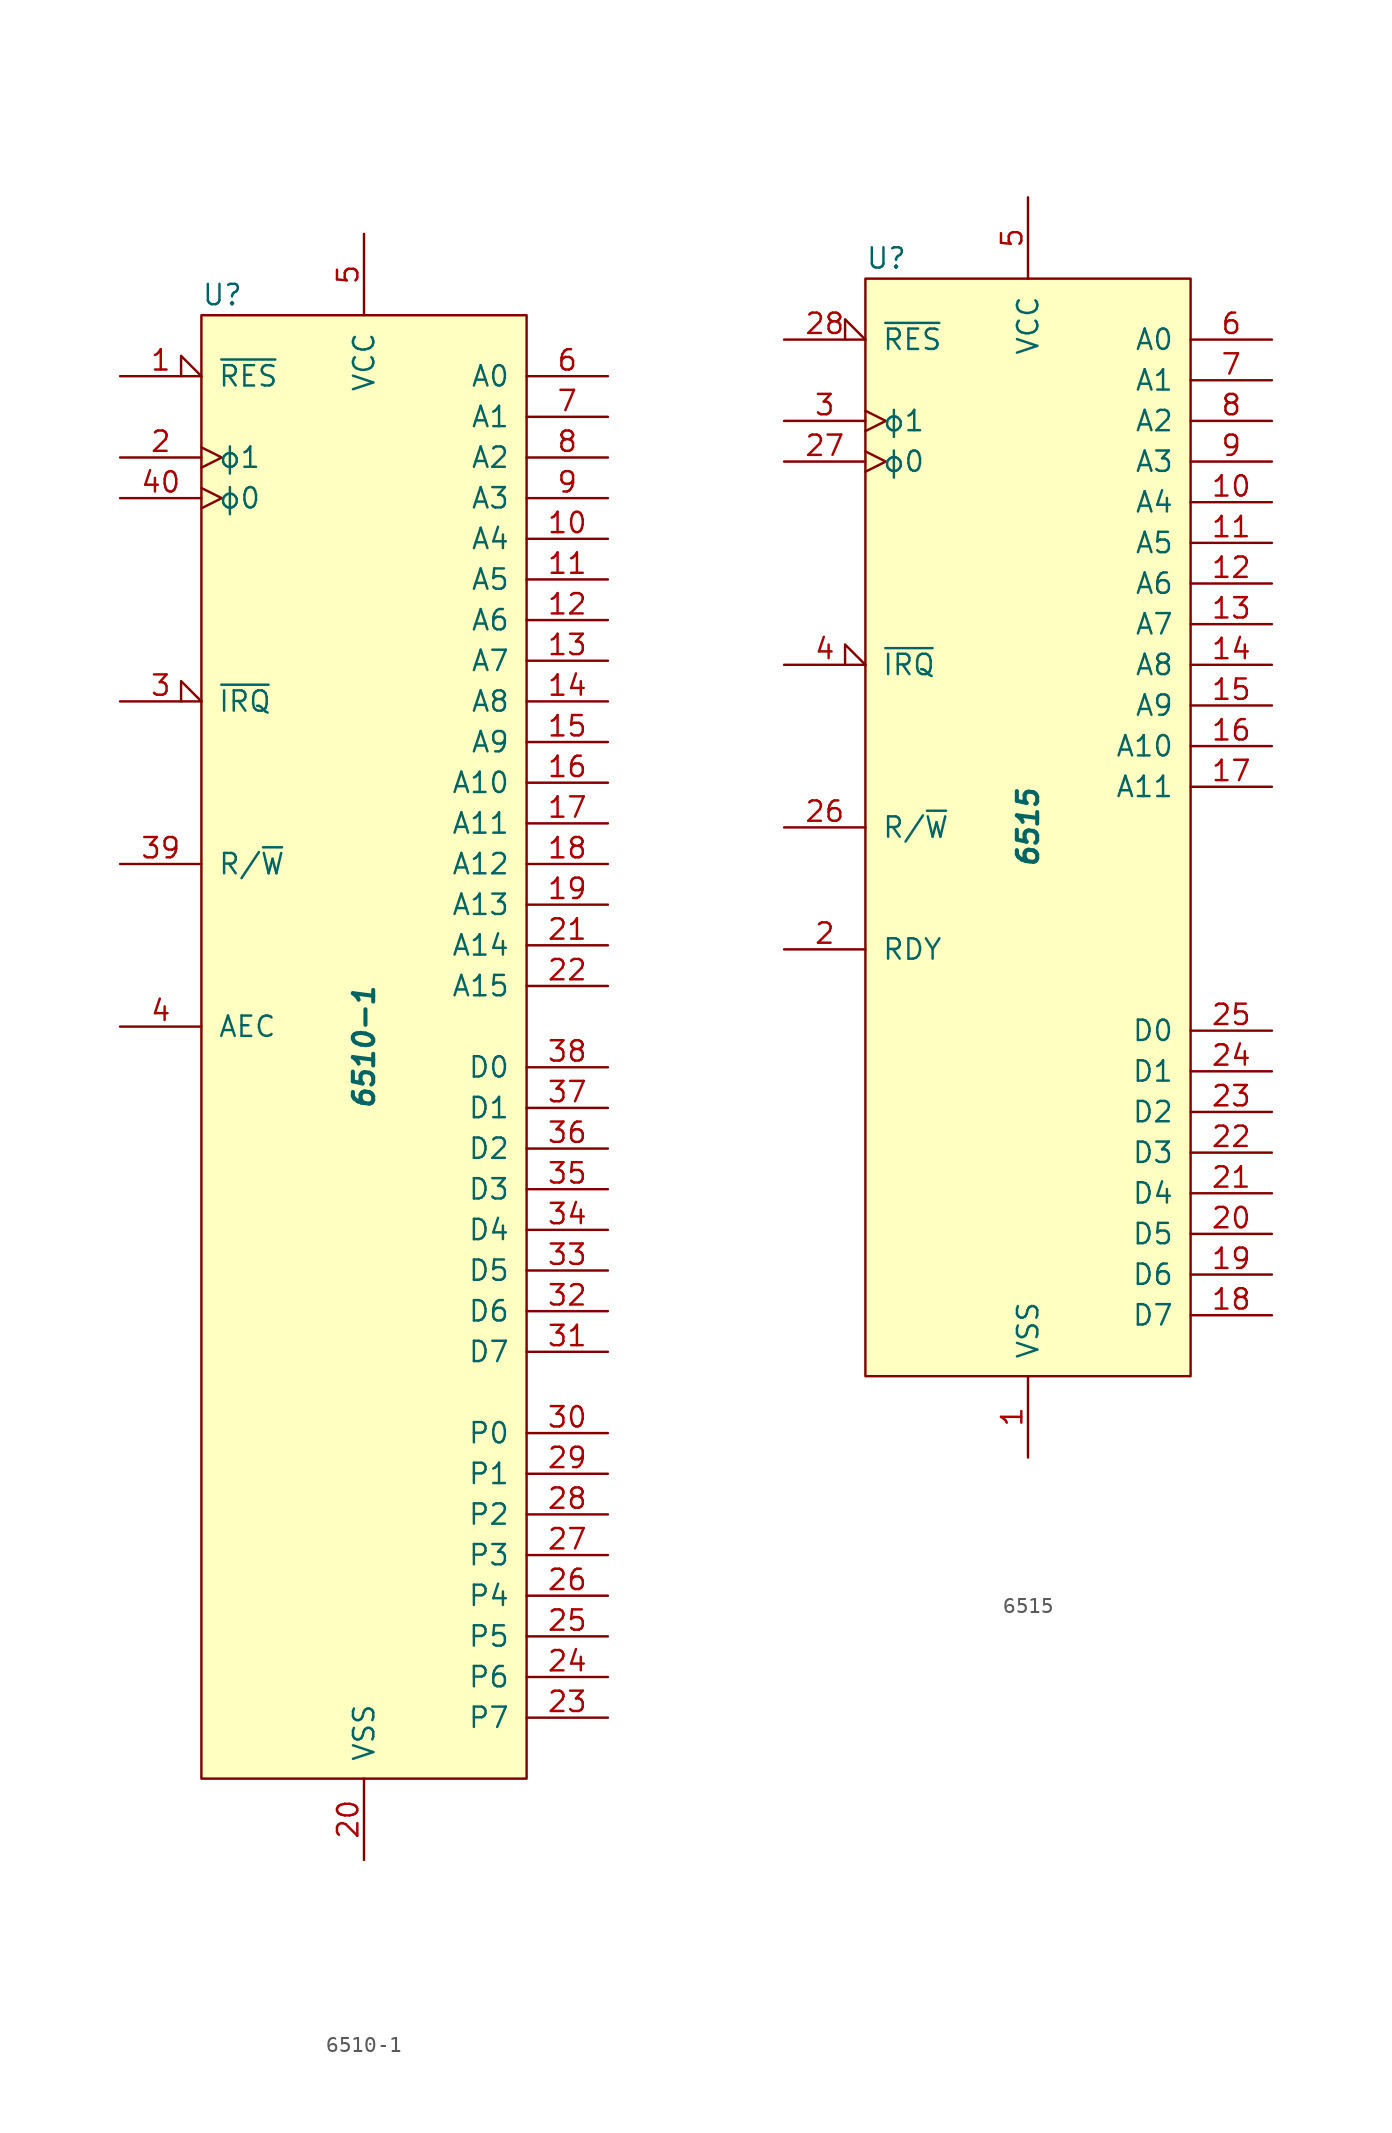
<source format=kicad_sym>
(kicad_symbol_lib
  (version 20201005)
  (generator kicad_symbol_editor)
  (symbol "6510-1"
    (pin_names
      (offset 1.016))
    (property "Reference" "U"
      (at -10.16 46.99 0)
      (effects (font (size 1.27 1.27)) (justify left)))
    (property "Value" "6510-1"
      (at 0 0 90)
      (effects (font (size 1.27 1.27) bold italic)))
    (symbol "6510-1_0_1"
      (rectangle (start -10.16 45.72) (end 10.16 -45.72) (stroke (width 0)) (fill (type background))))
    (symbol "6510-1_1_1"
      (pin input input_low (at -15.24 41.91 0) (length 5.08) (name "~RES" (effects (font (size 1.27 1.27)))) (number "1" (effects (font (size 1.27 1.27)))))
      (pin tri_state line (at 15.24 31.75 180) (length 5.08) (name "A4" (effects (font (size 1.27 1.27)))) (number "10" (effects (font (size 1.27 1.27)))))
      (pin tri_state line (at 15.24 29.21 180) (length 5.08) (name "A5" (effects (font (size 1.27 1.27)))) (number "11" (effects (font (size 1.27 1.27)))))
      (pin tri_state line (at 15.24 26.67 180) (length 5.08) (name "A6" (effects (font (size 1.27 1.27)))) (number "12" (effects (font (size 1.27 1.27)))))
      (pin tri_state line (at 15.24 24.13 180) (length 5.08) (name "A7" (effects (font (size 1.27 1.27)))) (number "13" (effects (font (size 1.27 1.27)))))
      (pin tri_state line (at 15.24 21.59 180) (length 5.08) (name "A8" (effects (font (size 1.27 1.27)))) (number "14" (effects (font (size 1.27 1.27)))))
      (pin tri_state line (at 15.24 19.05 180) (length 5.08) (name "A9" (effects (font (size 1.27 1.27)))) (number "15" (effects (font (size 1.27 1.27)))))
      (pin tri_state line (at 15.24 16.51 180) (length 5.08) (name "A10" (effects (font (size 1.27 1.27)))) (number "16" (effects (font (size 1.27 1.27)))))
      (pin tri_state line (at 15.24 13.97 180) (length 5.08) (name "A11" (effects (font (size 1.27 1.27)))) (number "17" (effects (font (size 1.27 1.27)))))
      (pin tri_state line (at 15.24 11.43 180) (length 5.08) (name "A12" (effects (font (size 1.27 1.27)))) (number "18" (effects (font (size 1.27 1.27)))))
      (pin tri_state line (at 15.24 8.89 180) (length 5.08) (name "A13" (effects (font (size 1.27 1.27)))) (number "19" (effects (font (size 1.27 1.27)))))
      (pin input clock (at -15.24 36.83 0) (length 5.08) (name "ϕ1" (effects (font (size 1.27 1.27)))) (number "2" (effects (font (size 1.27 1.27)))))
      (pin power_in line (at 0 -50.8 90) (length 5.08) (name "VSS" (effects (font (size 1.27 1.27)))) (number "20" (effects (font (size 1.27 1.27)))))
      (pin tri_state line (at 15.24 6.35 180) (length 5.08) (name "A14" (effects (font (size 1.27 1.27)))) (number "21" (effects (font (size 1.27 1.27)))))
      (pin tri_state line (at 15.24 3.81 180) (length 5.08) (name "A15" (effects (font (size 1.27 1.27)))) (number "22" (effects (font (size 1.27 1.27)))))
      (pin bidirectional line (at 15.24 -41.91 180) (length 5.08) (name "P7" (effects (font (size 1.27 1.27)))) (number "23" (effects (font (size 1.27 1.27)))))
      (pin bidirectional line (at 15.24 -39.37 180) (length 5.08) (name "P6" (effects (font (size 1.27 1.27)))) (number "24" (effects (font (size 1.27 1.27)))))
      (pin bidirectional line (at 15.24 -36.83 180) (length 5.08) (name "P5" (effects (font (size 1.27 1.27)))) (number "25" (effects (font (size 1.27 1.27)))))
      (pin bidirectional line (at 15.24 -34.29 180) (length 5.08) (name "P4" (effects (font (size 1.27 1.27)))) (number "26" (effects (font (size 1.27 1.27)))))
      (pin bidirectional line (at 15.24 -31.75 180) (length 5.08) (name "P3" (effects (font (size 1.27 1.27)))) (number "27" (effects (font (size 1.27 1.27)))))
      (pin bidirectional line (at 15.24 -29.21 180) (length 5.08) (name "P2" (effects (font (size 1.27 1.27)))) (number "28" (effects (font (size 1.27 1.27)))))
      (pin bidirectional line (at 15.24 -26.67 180) (length 5.08) (name "P1" (effects (font (size 1.27 1.27)))) (number "29" (effects (font (size 1.27 1.27)))))
      (pin input input_low (at -15.24 21.59 0) (length 5.08) (name "~IRQ" (effects (font (size 1.27 1.27)))) (number "3" (effects (font (size 1.27 1.27)))))
      (pin bidirectional line (at 15.24 -24.13 180) (length 5.08) (name "P0" (effects (font (size 1.27 1.27)))) (number "30" (effects (font (size 1.27 1.27)))))
      (pin bidirectional line (at 15.24 -19.05 180) (length 5.08) (name "D7" (effects (font (size 1.27 1.27)))) (number "31" (effects (font (size 1.27 1.27)))))
      (pin bidirectional line (at 15.24 -16.51 180) (length 5.08) (name "D6" (effects (font (size 1.27 1.27)))) (number "32" (effects (font (size 1.27 1.27)))))
      (pin bidirectional line (at 15.24 -13.97 180) (length 5.08) (name "D5" (effects (font (size 1.27 1.27)))) (number "33" (effects (font (size 1.27 1.27)))))
      (pin bidirectional line (at 15.24 -11.43 180) (length 5.08) (name "D4" (effects (font (size 1.27 1.27)))) (number "34" (effects (font (size 1.27 1.27)))))
      (pin bidirectional line (at 15.24 -8.89 180) (length 5.08) (name "D3" (effects (font (size 1.27 1.27)))) (number "35" (effects (font (size 1.27 1.27)))))
      (pin bidirectional line (at 15.24 -6.35 180) (length 5.08) (name "D2" (effects (font (size 1.27 1.27)))) (number "36" (effects (font (size 1.27 1.27)))))
      (pin bidirectional line (at 15.24 -3.81 180) (length 5.08) (name "D1" (effects (font (size 1.27 1.27)))) (number "37" (effects (font (size 1.27 1.27)))))
      (pin bidirectional line (at 15.24 -1.27 180) (length 5.08) (name "D0" (effects (font (size 1.27 1.27)))) (number "38" (effects (font (size 1.27 1.27)))))
      (pin tri_state line (at -15.24 11.43 0) (length 5.08) (name "R/~W" (effects (font (size 1.27 1.27)))) (number "39" (effects (font (size 1.27 1.27)))))
      (pin input line (at -15.24 1.27 0) (length 5.08) (name "AEC" (effects (font (size 1.27 1.27)))) (number "4" (effects (font (size 1.27 1.27)))))
      (pin input clock (at -15.24 34.29 0) (length 5.08) (name "ϕ0" (effects (font (size 1.27 1.27)))) (number "40" (effects (font (size 1.27 1.27)))))
      (pin power_in line (at 0 50.8 270) (length 5.08) (name "VCC" (effects (font (size 1.27 1.27)))) (number "5" (effects (font (size 1.27 1.27)))))
      (pin tri_state line (at 15.24 41.91 180) (length 5.08) (name "A0" (effects (font (size 1.27 1.27)))) (number "6" (effects (font (size 1.27 1.27)))))
      (pin tri_state line (at 15.24 39.37 180) (length 5.08) (name "A1" (effects (font (size 1.27 1.27)))) (number "7" (effects (font (size 1.27 1.27)))))
      (pin tri_state line (at 15.24 36.83 180) (length 5.08) (name "A2" (effects (font (size 1.27 1.27)))) (number "8" (effects (font (size 1.27 1.27)))))
      (pin tri_state line (at 15.24 34.29 180) (length 5.08) (name "A3" (effects (font (size 1.27 1.27)))) (number "9" (effects (font (size 1.27 1.27)))))))
  (symbol "6515"
    (pin_names
      (offset 1.016))
    (property "Reference" "U"
      (at -10.16 35.56 0)
      (effects (font (size 1.27 1.27)) (justify left)))
    (property "Value" "6515"
      (at 0 0 90)
      (effects (font (size 1.27 1.27) bold italic)))
    (symbol "6515_0_1"
      (rectangle (start -10.16 34.29) (end 10.16 -34.29) (stroke (width 0)) (fill (type background))))
    (symbol "6515_1_1"
      (pin power_in line (at 0 -39.37 90) (length 5.08) (name "VSS" (effects (font (size 1.27 1.27)))) (number "1" (effects (font (size 1.27 1.27)))))
      (pin output line (at 15.24 20.32 180) (length 5.08) (name "A4" (effects (font (size 1.27 1.27)))) (number "10" (effects (font (size 1.27 1.27)))))
      (pin output line (at 15.24 17.78 180) (length 5.08) (name "A5" (effects (font (size 1.27 1.27)))) (number "11" (effects (font (size 1.27 1.27)))))
      (pin output line (at 15.24 15.24 180) (length 5.08) (name "A6" (effects (font (size 1.27 1.27)))) (number "12" (effects (font (size 1.27 1.27)))))
      (pin output line (at 15.24 12.7 180) (length 5.08) (name "A7" (effects (font (size 1.27 1.27)))) (number "13" (effects (font (size 1.27 1.27)))))
      (pin output line (at 15.24 10.16 180) (length 5.08) (name "A8" (effects (font (size 1.27 1.27)))) (number "14" (effects (font (size 1.27 1.27)))))
      (pin output line (at 15.24 7.62 180) (length 5.08) (name "A9" (effects (font (size 1.27 1.27)))) (number "15" (effects (font (size 1.27 1.27)))))
      (pin output line (at 15.24 5.08 180) (length 5.08) (name "A10" (effects (font (size 1.27 1.27)))) (number "16" (effects (font (size 1.27 1.27)))))
      (pin output line (at 15.24 2.54 180) (length 5.08) (name "A11" (effects (font (size 1.27 1.27)))) (number "17" (effects (font (size 1.27 1.27)))))
      (pin bidirectional line (at 15.24 -30.48 180) (length 5.08) (name "D7" (effects (font (size 1.27 1.27)))) (number "18" (effects (font (size 1.27 1.27)))))
      (pin bidirectional line (at 15.24 -27.94 180) (length 5.08) (name "D6" (effects (font (size 1.27 1.27)))) (number "19" (effects (font (size 1.27 1.27)))))
      (pin input line (at -15.24 -7.62 0) (length 5.08) (name "RDY" (effects (font (size 1.27 1.27)))) (number "2" (effects (font (size 1.27 1.27)))))
      (pin bidirectional line (at 15.24 -25.4 180) (length 5.08) (name "D5" (effects (font (size 1.27 1.27)))) (number "20" (effects (font (size 1.27 1.27)))))
      (pin bidirectional line (at 15.24 -22.86 180) (length 5.08) (name "D4" (effects (font (size 1.27 1.27)))) (number "21" (effects (font (size 1.27 1.27)))))
      (pin bidirectional line (at 15.24 -20.32 180) (length 5.08) (name "D3" (effects (font (size 1.27 1.27)))) (number "22" (effects (font (size 1.27 1.27)))))
      (pin bidirectional line (at 15.24 -17.78 180) (length 5.08) (name "D2" (effects (font (size 1.27 1.27)))) (number "23" (effects (font (size 1.27 1.27)))))
      (pin bidirectional line (at 15.24 -15.24 180) (length 5.08) (name "D1" (effects (font (size 1.27 1.27)))) (number "24" (effects (font (size 1.27 1.27)))))
      (pin bidirectional line (at 15.24 -12.7 180) (length 5.08) (name "D0" (effects (font (size 1.27 1.27)))) (number "25" (effects (font (size 1.27 1.27)))))
      (pin output line (at -15.24 0 0) (length 5.08) (name "R/~W" (effects (font (size 1.27 1.27)))) (number "26" (effects (font (size 1.27 1.27)))))
      (pin input clock (at -15.24 22.86 0) (length 5.08) (name "ϕ0" (effects (font (size 1.27 1.27)))) (number "27" (effects (font (size 1.27 1.27)))))
      (pin input input_low (at -15.24 30.48 0) (length 5.08) (name "~RES" (effects (font (size 1.27 1.27)))) (number "28" (effects (font (size 1.27 1.27)))))
      (pin input clock (at -15.24 25.4 0) (length 5.08) (name "ϕ1" (effects (font (size 1.27 1.27)))) (number "3" (effects (font (size 1.27 1.27)))))
      (pin input input_low (at -15.24 10.16 0) (length 5.08) (name "~IRQ" (effects (font (size 1.27 1.27)))) (number "4" (effects (font (size 1.27 1.27)))))
      (pin power_in line (at 0 39.37 270) (length 5.08) (name "VCC" (effects (font (size 1.27 1.27)))) (number "5" (effects (font (size 1.27 1.27)))))
      (pin output line (at 15.24 30.48 180) (length 5.08) (name "A0" (effects (font (size 1.27 1.27)))) (number "6" (effects (font (size 1.27 1.27)))))
      (pin output line (at 15.24 27.94 180) (length 5.08) (name "A1" (effects (font (size 1.27 1.27)))) (number "7" (effects (font (size 1.27 1.27)))))
      (pin output line (at 15.24 25.4 180) (length 5.08) (name "A2" (effects (font (size 1.27 1.27)))) (number "8" (effects (font (size 1.27 1.27)))))
      (pin output line (at 15.24 22.86 180) (length 5.08) (name "A3" (effects (font (size 1.27 1.27)))) (number "9" (effects (font (size 1.27 1.27))))))))
</source>
